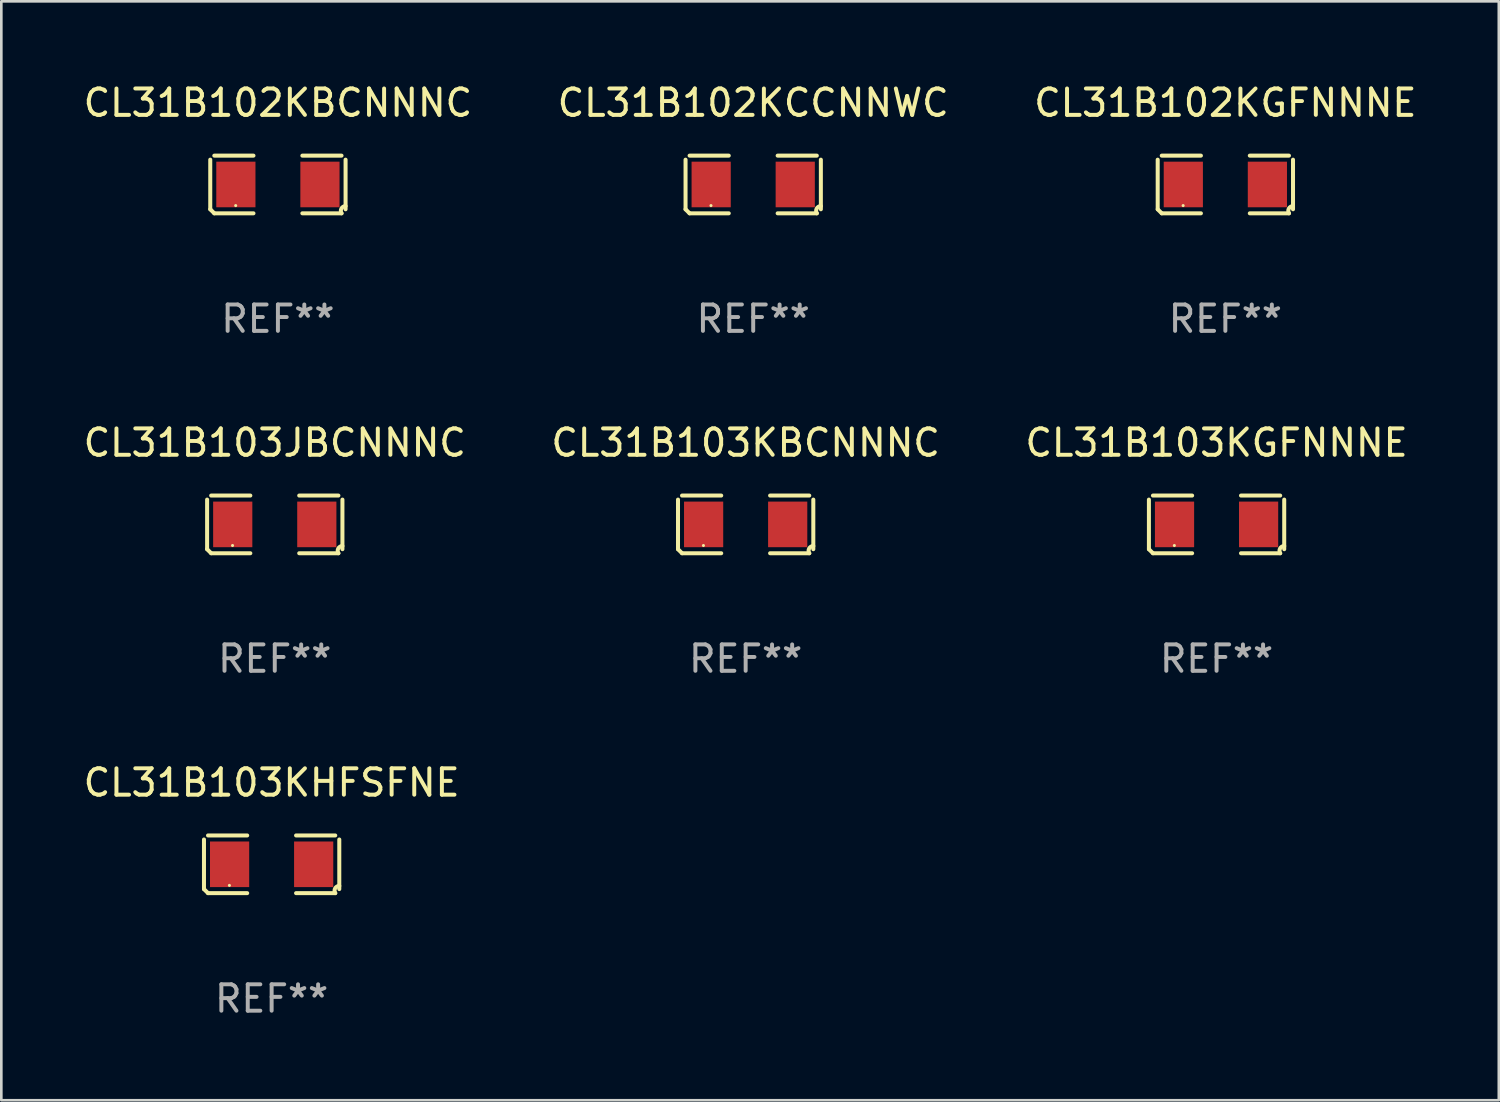
<source format=kicad_pcb>
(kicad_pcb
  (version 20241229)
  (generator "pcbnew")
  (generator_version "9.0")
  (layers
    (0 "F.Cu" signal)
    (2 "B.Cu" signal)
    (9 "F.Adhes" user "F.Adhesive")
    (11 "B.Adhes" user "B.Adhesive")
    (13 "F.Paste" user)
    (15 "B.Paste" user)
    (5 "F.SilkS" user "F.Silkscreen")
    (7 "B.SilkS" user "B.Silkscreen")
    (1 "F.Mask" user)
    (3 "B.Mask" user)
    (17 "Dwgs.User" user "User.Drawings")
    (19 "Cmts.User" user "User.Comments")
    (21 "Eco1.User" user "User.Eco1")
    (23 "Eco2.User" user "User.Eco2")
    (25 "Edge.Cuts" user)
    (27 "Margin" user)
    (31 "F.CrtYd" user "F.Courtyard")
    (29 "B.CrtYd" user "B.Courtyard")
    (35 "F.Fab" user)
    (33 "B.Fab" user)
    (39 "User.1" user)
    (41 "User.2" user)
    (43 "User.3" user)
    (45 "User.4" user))
  (footprint "CL31B102KCCNNWC"
    (layer "F.Cu")
    (at 25.494 3.941)
    (property "Reference" "CL31B102KCCNNWC" (at 0 -3.093 0) (layer "F.SilkS") (effects (font (size 1 1) (thickness 0.15))))
    (attr through_hole)
    (fp_line (start -2.564 0.94) (end -2.564 -0.94) (stroke (width 0.152) (type solid)) (layer "F.SilkS"))
    (fp_line (start -2.411 -1.093) (end -0.926 -1.093) (stroke (width 0.152) (type solid)) (layer "F.SilkS"))
    (fp_line (start -0.926 1.093) (end -2.411 1.093) (stroke (width 0.152) (type solid)) (layer "F.SilkS"))
    (fp_line (start 0.926 1.093) (end 2.411 1.093) (stroke (width 0.152) (type solid)) (layer "F.SilkS"))
    (fp_line (start 2.411 -1.093) (end 0.926 -1.093) (stroke (width 0.152) (type solid)) (layer "F.SilkS"))
    (fp_line (start 2.564 0.94) (end 2.564 -0.94) (stroke (width 0.152) (type solid)) (layer "F.SilkS"))
    (fp_arc (start -2.411201 1.092609) (mid -2.487413 1.01642) (end -2.563602 0.940208) (stroke (width 0.1524) (type solid)) (layer "F.SilkS"))
    (fp_arc (start 2.411201 1.092609) (mid 2.407159 0.911226) (end 2.563602 0.819347) (stroke (width 0.1524) (type solid)) (layer "F.SilkS"))
    (fp_circle (center -1.6 0.8) (end -1.57 0.8) (stroke (width 0.06) (type solid)) (fill no) (layer "F.SilkS"))
    (fp_text user "REF**" (at 0 5.093 0) (layer "F.Fab") (effects (font (size 1 1) (thickness 0.15))))
    (pad "1" smd rect (at -1.593 0) (size 1.485 1.728) (layers "F.Cu" "F.Mask" "F.Paste"))
    (pad "2" smd rect (at 1.593 0) (size 1.485 1.728) (layers "F.Cu" "F.Mask" "F.Paste")))
  (footprint "CL31B102KGFNNNE"
    (layer "F.Cu")
    (at 43.387 3.941)
    (property "Reference" "CL31B102KGFNNNE" (at 0 -3.093 0) (layer "F.SilkS") (effects (font (size 1 1) (thickness 0.15))))
    (attr through_hole)
    (fp_line (start -2.564 0.94) (end -2.564 -0.94) (stroke (width 0.152) (type solid)) (layer "F.SilkS"))
    (fp_line (start -2.411 -1.093) (end -0.926 -1.093) (stroke (width 0.152) (type solid)) (layer "F.SilkS"))
    (fp_line (start -0.926 1.093) (end -2.411 1.093) (stroke (width 0.152) (type solid)) (layer "F.SilkS"))
    (fp_line (start 0.926 1.093) (end 2.411 1.093) (stroke (width 0.152) (type solid)) (layer "F.SilkS"))
    (fp_line (start 2.411 -1.093) (end 0.926 -1.093) (stroke (width 0.152) (type solid)) (layer "F.SilkS"))
    (fp_line (start 2.564 0.94) (end 2.564 -0.94) (stroke (width 0.152) (type solid)) (layer "F.SilkS"))
    (fp_arc (start -2.411201 1.092609) (mid -2.487413 1.01642) (end -2.563602 0.940208) (stroke (width 0.1524) (type solid)) (layer "F.SilkS"))
    (fp_arc (start 2.411201 1.092609) (mid 2.407159 0.911226) (end 2.563602 0.819347) (stroke (width 0.1524) (type solid)) (layer "F.SilkS"))
    (fp_circle (center -1.6 0.8) (end -1.57 0.8) (stroke (width 0.06) (type solid)) (fill no) (layer "F.SilkS"))
    (fp_text user "REF**" (at 0 5.093 0) (layer "F.Fab") (effects (font (size 1 1) (thickness 0.15))))
    (pad "1" smd rect (at -1.593 0) (size 1.485 1.728) (layers "F.Cu" "F.Mask" "F.Paste"))
    (pad "2" smd rect (at 1.593 0) (size 1.485 1.728) (layers "F.Cu" "F.Mask" "F.Paste")))
  (footprint "CL31B103KHFSFNE"
    (layer "F.Cu")
    (at 7.244 29.704)
    (property "Reference" "CL31B103KHFSFNE" (at 0 -3.093 0) (layer "F.SilkS") (effects (font (size 1 1) (thickness 0.15))))
    (attr through_hole)
    (fp_line (start -2.564 0.94) (end -2.564 -0.94) (stroke (width 0.152) (type solid)) (layer "F.SilkS"))
    (fp_line (start -2.411 -1.093) (end -0.926 -1.093) (stroke (width 0.152) (type solid)) (layer "F.SilkS"))
    (fp_line (start -0.926 1.093) (end -2.411 1.093) (stroke (width 0.152) (type solid)) (layer "F.SilkS"))
    (fp_line (start 0.926 1.093) (end 2.411 1.093) (stroke (width 0.152) (type solid)) (layer "F.SilkS"))
    (fp_line (start 2.411 -1.093) (end 0.926 -1.093) (stroke (width 0.152) (type solid)) (layer "F.SilkS"))
    (fp_line (start 2.564 0.94) (end 2.564 -0.94) (stroke (width 0.152) (type solid)) (layer "F.SilkS"))
    (fp_arc (start -2.411201 1.092609) (mid -2.487413 1.01642) (end -2.563602 0.940208) (stroke (width 0.1524) (type solid)) (layer "F.SilkS"))
    (fp_arc (start 2.411201 1.092609) (mid 2.407159 0.911226) (end 2.563602 0.819347) (stroke (width 0.1524) (type solid)) (layer "F.SilkS"))
    (fp_circle (center -1.6 0.8) (end -1.57 0.8) (stroke (width 0.06) (type solid)) (fill no) (layer "F.SilkS"))
    (fp_text user "REF**" (at 0 5.093 0) (layer "F.Fab") (effects (font (size 1 1) (thickness 0.15))))
    (pad "1" smd rect (at -1.593 0) (size 1.485 1.728) (layers "F.Cu" "F.Mask" "F.Paste"))
    (pad "2" smd rect (at 1.593 0) (size 1.485 1.728) (layers "F.Cu" "F.Mask" "F.Paste")))
  (footprint "CL31B103JBCNNNC"
    (layer "F.Cu")
    (at 7.363 16.823)
    (property "Reference" "CL31B103JBCNNNC" (at 0 -3.093 0) (layer "F.SilkS") (effects (font (size 1 1) (thickness 0.15))))
    (attr through_hole)
    (fp_line (start -2.564 0.94) (end -2.564 -0.94) (stroke (width 0.152) (type solid)) (layer "F.SilkS"))
    (fp_line (start -2.411 -1.093) (end -0.926 -1.093) (stroke (width 0.152) (type solid)) (layer "F.SilkS"))
    (fp_line (start -0.926 1.093) (end -2.411 1.093) (stroke (width 0.152) (type solid)) (layer "F.SilkS"))
    (fp_line (start 0.926 1.093) (end 2.411 1.093) (stroke (width 0.152) (type solid)) (layer "F.SilkS"))
    (fp_line (start 2.411 -1.093) (end 0.926 -1.093) (stroke (width 0.152) (type solid)) (layer "F.SilkS"))
    (fp_line (start 2.564 0.94) (end 2.564 -0.94) (stroke (width 0.152) (type solid)) (layer "F.SilkS"))
    (fp_arc (start -2.411201 1.092609) (mid -2.487413 1.01642) (end -2.563602 0.940208) (stroke (width 0.1524) (type solid)) (layer "F.SilkS"))
    (fp_arc (start 2.411201 1.092609) (mid 2.407159 0.911226) (end 2.563602 0.819347) (stroke (width 0.1524) (type solid)) (layer "F.SilkS"))
    (fp_circle (center -1.6 0.8) (end -1.57 0.8) (stroke (width 0.06) (type solid)) (fill no) (layer "F.SilkS"))
    (fp_text user "REF**" (at 0 5.093 0) (layer "F.Fab") (effects (font (size 1 1) (thickness 0.15))))
    (pad "1" smd rect (at -1.593 0) (size 1.485 1.728) (layers "F.Cu" "F.Mask" "F.Paste"))
    (pad "2" smd rect (at 1.593 0) (size 1.485 1.728) (layers "F.Cu" "F.Mask" "F.Paste")))
  (footprint "CL31B103KGFNNNE"
    (layer "F.Cu")
    (at 43.054 16.823)
    (property "Reference" "CL31B103KGFNNNE" (at 0 -3.093 0) (layer "F.SilkS") (effects (font (size 1 1) (thickness 0.15))))
    (attr through_hole)
    (fp_line (start -2.564 0.94) (end -2.564 -0.94) (stroke (width 0.152) (type solid)) (layer "F.SilkS"))
    (fp_line (start -2.411 -1.093) (end -0.926 -1.093) (stroke (width 0.152) (type solid)) (layer "F.SilkS"))
    (fp_line (start -0.926 1.093) (end -2.411 1.093) (stroke (width 0.152) (type solid)) (layer "F.SilkS"))
    (fp_line (start 0.926 1.093) (end 2.411 1.093) (stroke (width 0.152) (type solid)) (layer "F.SilkS"))
    (fp_line (start 2.411 -1.093) (end 0.926 -1.093) (stroke (width 0.152) (type solid)) (layer "F.SilkS"))
    (fp_line (start 2.564 0.94) (end 2.564 -0.94) (stroke (width 0.152) (type solid)) (layer "F.SilkS"))
    (fp_arc (start -2.411201 1.092609) (mid -2.487413 1.01642) (end -2.563602 0.940208) (stroke (width 0.1524) (type solid)) (layer "F.SilkS"))
    (fp_arc (start 2.411201 1.092609) (mid 2.407159 0.911226) (end 2.563602 0.819347) (stroke (width 0.1524) (type solid)) (layer "F.SilkS"))
    (fp_circle (center -1.6 0.8) (end -1.57 0.8) (stroke (width 0.06) (type solid)) (fill no) (layer "F.SilkS"))
    (fp_text user "REF**" (at 0 5.093 0) (layer "F.Fab") (effects (font (size 1 1) (thickness 0.15))))
    (pad "1" smd rect (at -1.593 0) (size 1.485 1.728) (layers "F.Cu" "F.Mask" "F.Paste"))
    (pad "2" smd rect (at 1.593 0) (size 1.485 1.728) (layers "F.Cu" "F.Mask" "F.Paste")))
  (footprint "CL31B102KBCNNNC"
    (layer "F.Cu")
    (at 7.482 3.941)
    (property "Reference" "CL31B102KBCNNNC" (at 0 -3.093 0) (layer "F.SilkS") (effects (font (size 1 1) (thickness 0.15))))
    (attr through_hole)
    (fp_line (start -2.564 0.94) (end -2.564 -0.94) (stroke (width 0.152) (type solid)) (layer "F.SilkS"))
    (fp_line (start -2.411 -1.093) (end -0.926 -1.093) (stroke (width 0.152) (type solid)) (layer "F.SilkS"))
    (fp_line (start -0.926 1.093) (end -2.411 1.093) (stroke (width 0.152) (type solid)) (layer "F.SilkS"))
    (fp_line (start 0.926 1.093) (end 2.411 1.093) (stroke (width 0.152) (type solid)) (layer "F.SilkS"))
    (fp_line (start 2.411 -1.093) (end 0.926 -1.093) (stroke (width 0.152) (type solid)) (layer "F.SilkS"))
    (fp_line (start 2.564 0.94) (end 2.564 -0.94) (stroke (width 0.152) (type solid)) (layer "F.SilkS"))
    (fp_arc (start -2.411201 1.092609) (mid -2.487413 1.01642) (end -2.563602 0.940208) (stroke (width 0.1524) (type solid)) (layer "F.SilkS"))
    (fp_arc (start 2.411201 1.092609) (mid 2.407159 0.911226) (end 2.563602 0.819347) (stroke (width 0.1524) (type solid)) (layer "F.SilkS"))
    (fp_circle (center -1.6 0.8) (end -1.57 0.8) (stroke (width 0.06) (type solid)) (fill no) (layer "F.SilkS"))
    (fp_text user "REF**" (at 0 5.093 0) (layer "F.Fab") (effects (font (size 1 1) (thickness 0.15))))
    (pad "1" smd rect (at -1.593 0) (size 1.485 1.728) (layers "F.Cu" "F.Mask" "F.Paste"))
    (pad "2" smd rect (at 1.593 0) (size 1.485 1.728) (layers "F.Cu" "F.Mask" "F.Paste")))
  (footprint "CL31B103KBCNNNC"
    (layer "F.Cu")
    (at 25.208 16.823)
    (property "Reference" "CL31B103KBCNNNC" (at 0 -3.093 0) (layer "F.SilkS") (effects (font (size 1 1) (thickness 0.15))))
    (attr through_hole)
    (fp_line (start -2.564 0.94) (end -2.564 -0.94) (stroke (width 0.152) (type solid)) (layer "F.SilkS"))
    (fp_line (start -2.411 -1.093) (end -0.926 -1.093) (stroke (width 0.152) (type solid)) (layer "F.SilkS"))
    (fp_line (start -0.926 1.093) (end -2.411 1.093) (stroke (width 0.152) (type solid)) (layer "F.SilkS"))
    (fp_line (start 0.926 1.093) (end 2.411 1.093) (stroke (width 0.152) (type solid)) (layer "F.SilkS"))
    (fp_line (start 2.411 -1.093) (end 0.926 -1.093) (stroke (width 0.152) (type solid)) (layer "F.SilkS"))
    (fp_line (start 2.564 0.94) (end 2.564 -0.94) (stroke (width 0.152) (type solid)) (layer "F.SilkS"))
    (fp_arc (start -2.411201 1.092609) (mid -2.487413 1.01642) (end -2.563602 0.940208) (stroke (width 0.1524) (type solid)) (layer "F.SilkS"))
    (fp_arc (start 2.411201 1.092609) (mid 2.407159 0.911226) (end 2.563602 0.819347) (stroke (width 0.1524) (type solid)) (layer "F.SilkS"))
    (fp_circle (center -1.6 0.8) (end -1.57 0.8) (stroke (width 0.06) (type solid)) (fill no) (layer "F.SilkS"))
    (fp_text user "REF**" (at 0 5.093 0) (layer "F.Fab") (effects (font (size 1 1) (thickness 0.15))))
    (pad "1" smd rect (at -1.593 0) (size 1.485 1.728) (layers "F.Cu" "F.Mask" "F.Paste"))
    (pad "2" smd rect (at 1.593 0) (size 1.485 1.728) (layers "F.Cu" "F.Mask" "F.Paste")))
  (gr_rect
    (start -3 -3)
    (end 53.75 38.645)
    (stroke (width 0.1) (type default))
    (fill no)
    (layer "Edge.Cuts")))
</source>
